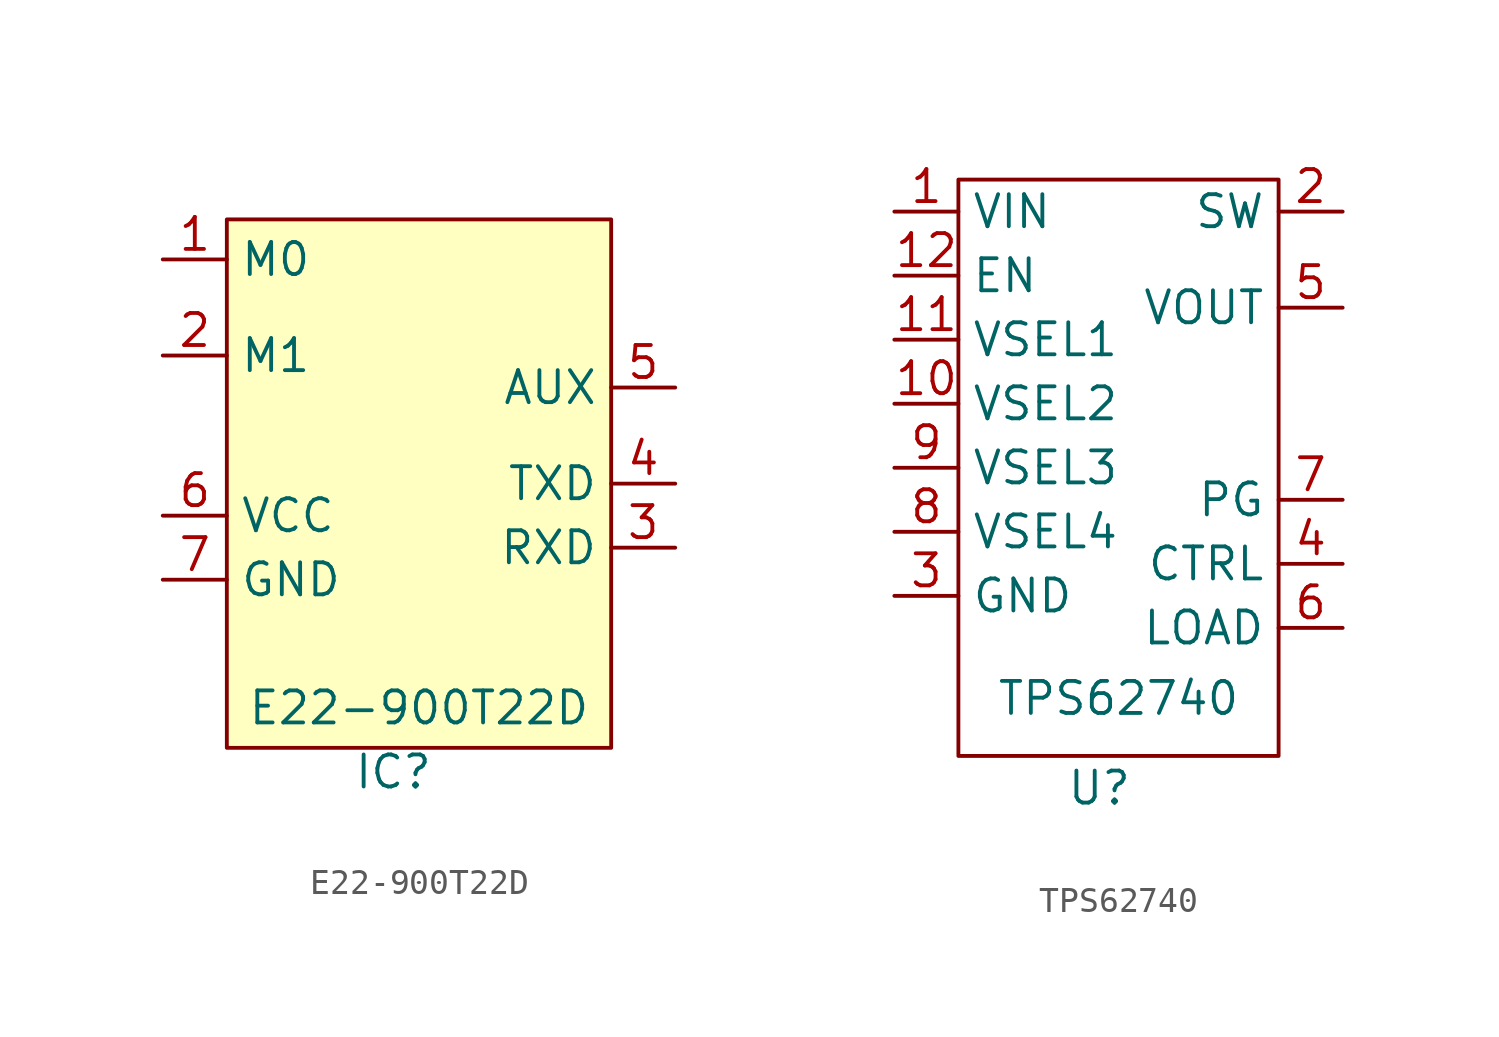
<source format=kicad_sym>
(kicad_symbol_lib
  (version 20241209)
  (generator "kicad_symbol_editor")
  (generator_version "9.0")
  (symbol "E22-900T22D"
    (property "Reference" "IC"
      (at -1.016 -11.43 0)
      (effects (font (size 1.27 1.27))))
    (property "Value" "E22-900T22D"
      (at 0 -8.89 0)
      (effects (font (size 1.27 1.27))))
    (symbol "E22-900T22D_1_1"
      (rectangle (start -7.62 10.477) (end 7.62 -10.477) (stroke (width 0) (type solid)) (fill (type color) (color 255 255 194 1)))
      (pin input line (at -10.16 8.89 0) (length 2.54) (name "M0" (effects (font (size 1.27 1.27)))) (number "1" (effects (font (size 1.27 1.27)))))
      (pin input line (at -10.16 5.08 0) (length 2.54) (name "M1" (effects (font (size 1.27 1.27)))) (number "2" (effects (font (size 1.27 1.27)))))
      (pin power_in line (at -10.16 -1.27 0) (length 2.54) (name "VCC" (effects (font (size 1.27 1.27)))) (number "6" (effects (font (size 1.27 1.27)))))
      (pin power_in line (at -10.16 -3.81 0) (length 2.54) (name "GND" (effects (font (size 1.27 1.27)))) (number "7" (effects (font (size 1.27 1.27)))))
      (pin no_connect line (at 0 12.7 270) (length 2.54) (hide yes) (name "NC" (effects (font (size 1.27 1.27)))) (number "8" (effects (font (size 1.27 1.27)))))
      (pin no_connect line (at 2.54 12.7 270) (length 2.54) (hide yes) (name "NC" (effects (font (size 1.27 1.27)))) (number "9" (effects (font (size 1.27 1.27)))))
      (pin no_connect line (at 5.08 12.7 270) (length 2.54) (hide yes) (name "NC" (effects (font (size 1.27 1.27)))) (number "10" (effects (font (size 1.27 1.27)))))
      (pin output line (at 10.16 3.81 180) (length 2.54) (name "AUX" (effects (font (size 1.27 1.27)))) (number "5" (effects (font (size 1.27 1.27)))))
      (pin output line (at 10.16 0 180) (length 2.54) (name "TXD" (effects (font (size 1.27 1.27)))) (number "4" (effects (font (size 1.27 1.27)))))
      (pin input line (at 10.16 -2.54 180) (length 2.54) (name "RXD" (effects (font (size 1.27 1.27)))) (number "3" (effects (font (size 1.27 1.27)))))))
  (symbol "TPS62740"
    (property "Reference" "U"
      (at -0.762 -12.7 0)
      (effects (font (size 1.27 1.27))))
    (property "Value" "TPS62740"
      (at 0 -9.144 0)
      (effects (font (size 1.27 1.27))))
    (symbol "TPS62740_0_1"
      (rectangle (start -6.35 11.43) (end 6.35 -11.43) (stroke (width 0) (type default)) (fill (type none))))
    (symbol "TPS62740_1_1"
      (pin input line (at -8.89 10.16 0) (length 2.54) (name "VIN" (effects (font (size 1.27 1.27)))) (number "1" (effects (font (size 1.27 1.27)))))
      (pin input line (at -8.89 7.62 0) (length 2.54) (name "EN" (effects (font (size 1.27 1.27)))) (number "12" (effects (font (size 1.27 1.27)))))
      (pin input line (at -8.89 5.08 0) (length 2.54) (name "VSEL1" (effects (font (size 1.27 1.27)))) (number "11" (effects (font (size 1.27 1.27)))))
      (pin input line (at -8.89 2.54 0) (length 2.54) (name "VSEL2" (effects (font (size 1.27 1.27)))) (number "10" (effects (font (size 1.27 1.27)))))
      (pin input line (at -8.89 0 0) (length 2.54) (name "VSEL3" (effects (font (size 1.27 1.27)))) (number "9" (effects (font (size 1.27 1.27)))))
      (pin input line (at -8.89 -2.54 0) (length 2.54) (name "VSEL4" (effects (font (size 1.27 1.27)))) (number "8" (effects (font (size 1.27 1.27)))))
      (pin power_in line (at -8.89 -5.08 0) (length 2.54) (name "GND" (effects (font (size 1.27 1.27)))) (number "3" (effects (font (size 1.27 1.27)))))
      (pin output line (at 8.89 10.16 180) (length 2.54) (name "SW" (effects (font (size 1.27 1.27)))) (number "2" (effects (font (size 1.27 1.27)))))
      (pin input line (at 8.89 6.35 180) (length 2.54) (name "VOUT" (effects (font (size 1.27 1.27)))) (number "5" (effects (font (size 1.27 1.27)))))
      (pin output line (at 8.89 -1.27 180) (length 2.54) (name "PG" (effects (font (size 1.27 1.27)))) (number "7" (effects (font (size 1.27 1.27)))))
      (pin input line (at 8.89 -3.81 180) (length 2.54) (name "CTRL" (effects (font (size 1.27 1.27)))) (number "4" (effects (font (size 1.27 1.27)))))
      (pin output line (at 8.89 -6.35 180) (length 2.54) (name "LOAD" (effects (font (size 1.27 1.27)))) (number "6" (effects (font (size 1.27 1.27))))))))
</source>
